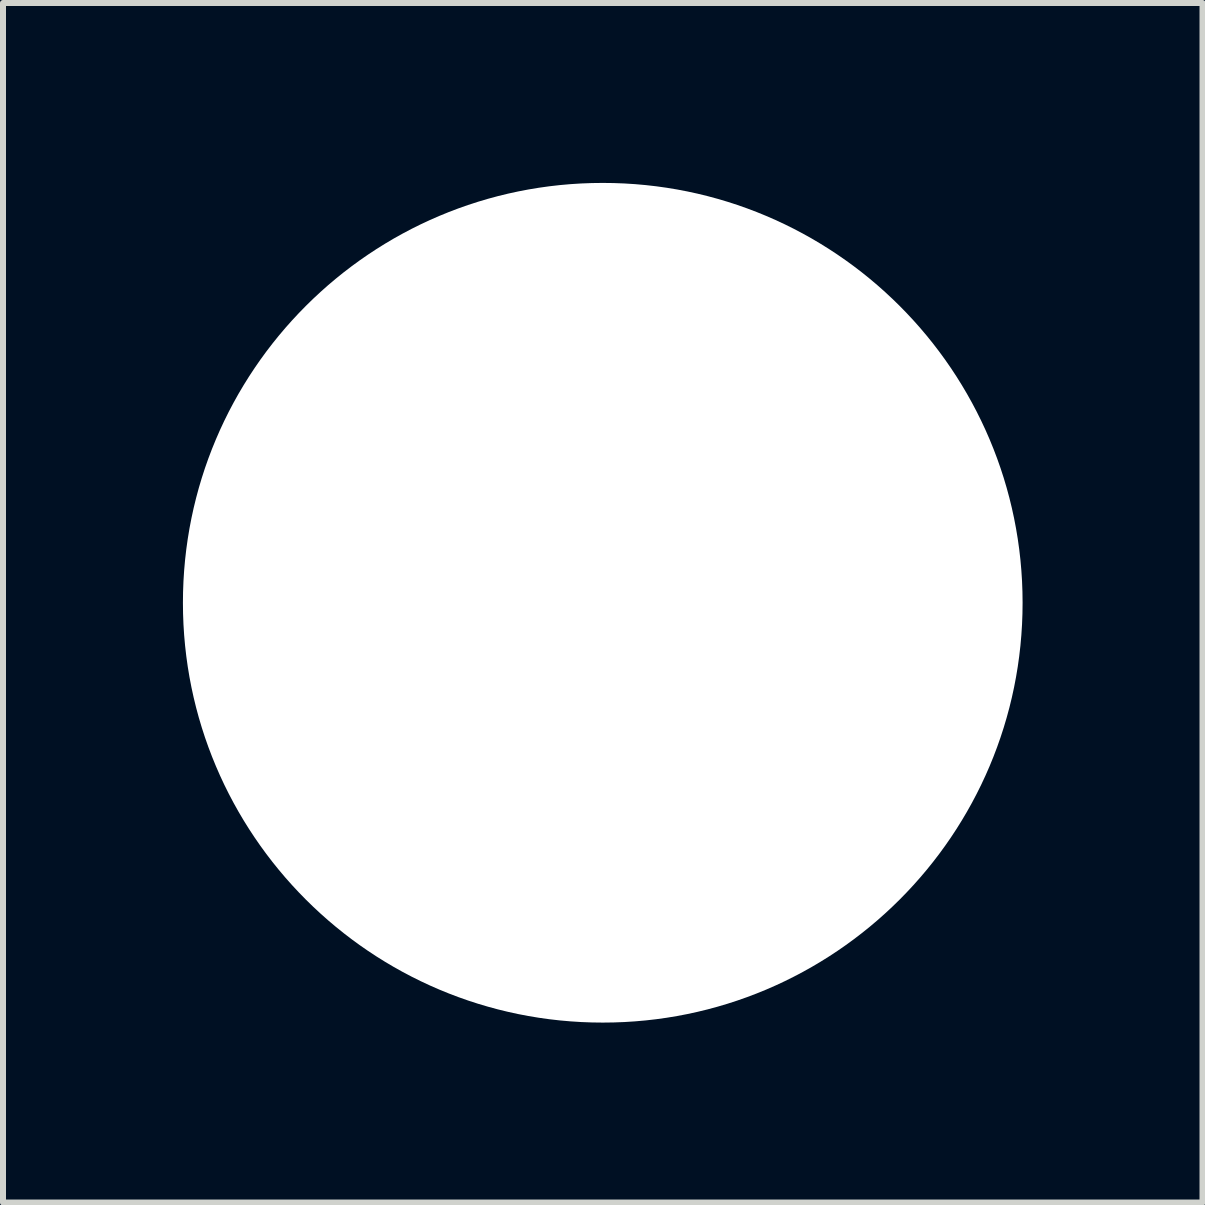
<source format=kicad_pcb>
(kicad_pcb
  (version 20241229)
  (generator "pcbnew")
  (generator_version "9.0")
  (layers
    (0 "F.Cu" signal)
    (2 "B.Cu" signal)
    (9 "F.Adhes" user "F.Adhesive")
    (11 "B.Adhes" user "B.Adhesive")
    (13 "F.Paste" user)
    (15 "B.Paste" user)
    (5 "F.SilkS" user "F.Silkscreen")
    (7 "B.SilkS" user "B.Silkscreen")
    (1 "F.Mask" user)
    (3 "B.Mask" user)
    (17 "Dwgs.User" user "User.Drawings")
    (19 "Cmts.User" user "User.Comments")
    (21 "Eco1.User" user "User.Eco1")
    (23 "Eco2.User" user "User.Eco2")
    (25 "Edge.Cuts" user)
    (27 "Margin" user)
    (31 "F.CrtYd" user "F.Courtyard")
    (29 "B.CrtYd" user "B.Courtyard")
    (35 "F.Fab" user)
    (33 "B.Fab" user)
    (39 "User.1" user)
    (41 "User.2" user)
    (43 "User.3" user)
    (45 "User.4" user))
  (footprint "Knob"
    (layer "F.Cu")
    (at 7 7)
    (property "Reference" "Knob" (at 0 -3 0) (layer "F.SilkS") (effects (font (size 1 1) (thickness 0.15))))
    (attr through_hole)
    (pad "" np_thru_hole circle (at 0 0) (size 14 14) (drill 14) (layers "*.Cu" "*.Mask")))
  (gr_rect
    (start -3 -3)
    (end 17 17)
    (stroke (width 0.1) (type default))
    (fill no)
    (layer "Edge.Cuts")))
</source>
